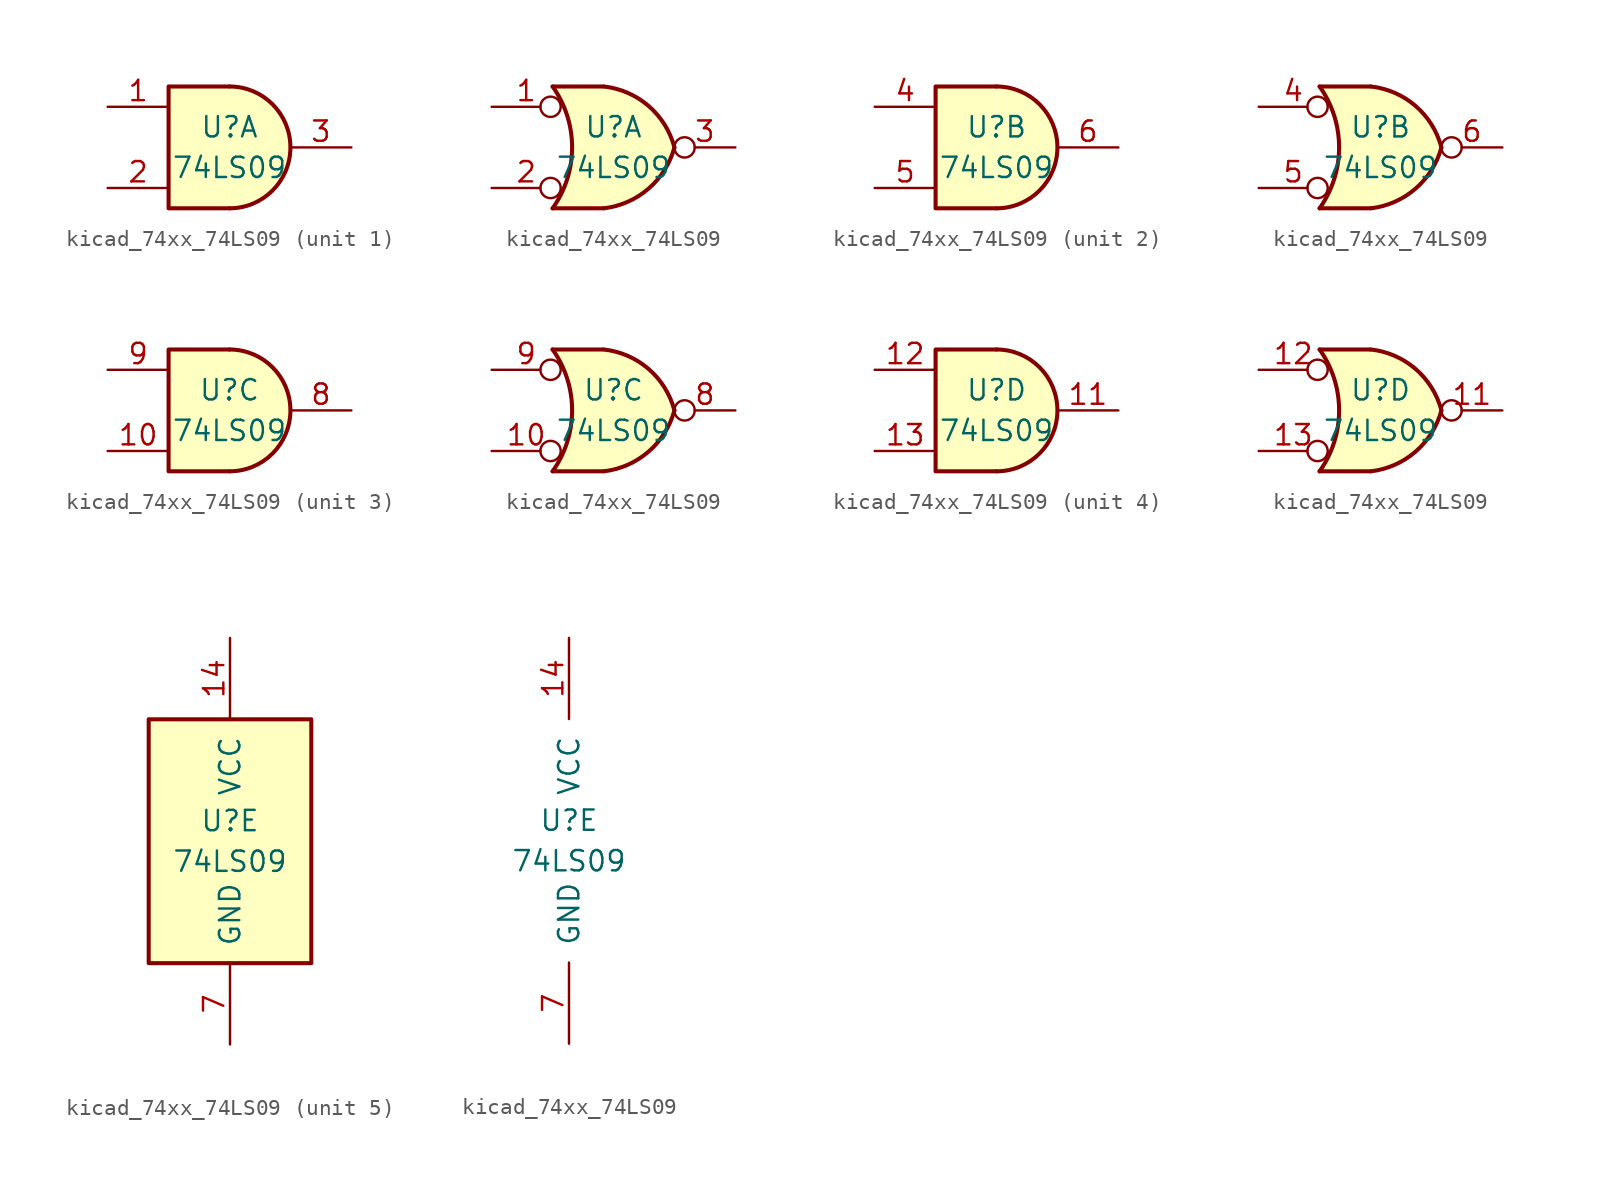
<source format=kicad_sym>
(kicad_symbol_lib
  (version 20220914)
  (generator kicad_symbol_editor)
  (symbol "kicad_74xx_74LS09"
    (pin_names
      (offset 1.016))
    (property "Reference" "U"
      (at 0 1.27 0)
      (effects (font (size 1.27 1.27))))
    (property "Value" "74LS09"
      (at 0 -1.27 0)
      (effects (font (size 1.27 1.27))))
    (property "ki_locked" ""
      (at 0 0 0)
      (effects (font (size 1.27 1.27))))
    (symbol "kicad_74xx_74LS09_1_1"
      (arc (start 0 -3.81) (mid 3.7934 0) (end 0 3.81) (stroke (width 0.254) (type default)) (fill (type background)))
      (polyline (pts (xy 0 3.81) (xy -3.81 3.81) (xy -3.81 -3.81) (xy 0 -3.81)) (stroke (width 0.254) (type default)) (fill (type background)))
      (pin input line (at -7.62 2.54 0) (length 3.81) (name "~" (effects (font (size 1.27 1.27)))) (number "1" (effects (font (size 1.27 1.27)))))
      (pin input line (at -7.62 -2.54 0) (length 3.81) (name "~" (effects (font (size 1.27 1.27)))) (number "2" (effects (font (size 1.27 1.27)))))
      (pin open_collector line (at 7.62 0 180) (length 3.81) (name "~" (effects (font (size 1.27 1.27)))) (number "3" (effects (font (size 1.27 1.27))))))
    (symbol "kicad_74xx_74LS09_1_2"
      (arc (start -3.81 -3.81) (mid -2.589 0) (end -3.81 3.81) (stroke (width 0.254) (type default)) (fill (type none)))
      (arc (start -0.6096 -3.81) (mid 2.1842 -2.5851) (end 3.81 0) (stroke (width 0.254) (type default)) (fill (type background)))
      (polyline (pts (xy -3.81 -3.81) (xy -0.635 -3.81)) (stroke (width 0.254) (type default)) (fill (type background)))
      (polyline (pts (xy -3.81 3.81) (xy -0.635 3.81)) (stroke (width 0.254) (type default)) (fill (type background)))
      (polyline (pts (xy -0.635 3.81) (xy -3.81 3.81) (xy -3.81 3.81) (xy -3.556 3.404) (xy -3.023 2.261) (xy -2.692 1.041) (xy -2.616 -0.254) (xy -2.769 -1.499) (xy -3.175 -2.718) (xy -3.81 -3.81) (xy -3.81 -3.81) (xy -0.635 -3.81)) (stroke (width -25.4) (type default)) (fill (type background)))
      (arc (start 3.81 0) (mid 2.1915 2.5936) (end -0.6096 3.81) (stroke (width 0.254) (type default)) (fill (type background)))
      (pin input inverted (at -7.62 2.54 0) (length 4.318) (name "~" (effects (font (size 1.27 1.27)))) (number "1" (effects (font (size 1.27 1.27)))))
      (pin input inverted (at -7.62 -2.54 0) (length 4.318) (name "~" (effects (font (size 1.27 1.27)))) (number "2" (effects (font (size 1.27 1.27)))))
      (pin output inverted (at 7.62 0 180) (length 3.81) (name "~" (effects (font (size 1.27 1.27)))) (number "3" (effects (font (size 1.27 1.27))))))
    (symbol "kicad_74xx_74LS09_2_1"
      (arc (start 0 -3.81) (mid 3.7934 0) (end 0 3.81) (stroke (width 0.254) (type default)) (fill (type background)))
      (polyline (pts (xy 0 3.81) (xy -3.81 3.81) (xy -3.81 -3.81) (xy 0 -3.81)) (stroke (width 0.254) (type default)) (fill (type background)))
      (pin input line (at -7.62 2.54 0) (length 3.81) (name "~" (effects (font (size 1.27 1.27)))) (number "4" (effects (font (size 1.27 1.27)))))
      (pin input line (at -7.62 -2.54 0) (length 3.81) (name "~" (effects (font (size 1.27 1.27)))) (number "5" (effects (font (size 1.27 1.27)))))
      (pin open_collector line (at 7.62 0 180) (length 3.81) (name "~" (effects (font (size 1.27 1.27)))) (number "6" (effects (font (size 1.27 1.27))))))
    (symbol "kicad_74xx_74LS09_2_2"
      (arc (start -3.81 -3.81) (mid -2.589 0) (end -3.81 3.81) (stroke (width 0.254) (type default)) (fill (type none)))
      (arc (start -0.6096 -3.81) (mid 2.1842 -2.5851) (end 3.81 0) (stroke (width 0.254) (type default)) (fill (type background)))
      (polyline (pts (xy -3.81 -3.81) (xy -0.635 -3.81)) (stroke (width 0.254) (type default)) (fill (type background)))
      (polyline (pts (xy -3.81 3.81) (xy -0.635 3.81)) (stroke (width 0.254) (type default)) (fill (type background)))
      (polyline (pts (xy -0.635 3.81) (xy -3.81 3.81) (xy -3.81 3.81) (xy -3.556 3.404) (xy -3.023 2.261) (xy -2.692 1.041) (xy -2.616 -0.254) (xy -2.769 -1.499) (xy -3.175 -2.718) (xy -3.81 -3.81) (xy -3.81 -3.81) (xy -0.635 -3.81)) (stroke (width -25.4) (type default)) (fill (type background)))
      (arc (start 3.81 0) (mid 2.1915 2.5936) (end -0.6096 3.81) (stroke (width 0.254) (type default)) (fill (type background)))
      (pin input inverted (at -7.62 2.54 0) (length 4.318) (name "~" (effects (font (size 1.27 1.27)))) (number "4" (effects (font (size 1.27 1.27)))))
      (pin input inverted (at -7.62 -2.54 0) (length 4.318) (name "~" (effects (font (size 1.27 1.27)))) (number "5" (effects (font (size 1.27 1.27)))))
      (pin output inverted (at 7.62 0 180) (length 3.81) (name "~" (effects (font (size 1.27 1.27)))) (number "6" (effects (font (size 1.27 1.27))))))
    (symbol "kicad_74xx_74LS09_3_1"
      (arc (start 0 -3.81) (mid 3.7934 0) (end 0 3.81) (stroke (width 0.254) (type default)) (fill (type background)))
      (polyline (pts (xy 0 3.81) (xy -3.81 3.81) (xy -3.81 -3.81) (xy 0 -3.81)) (stroke (width 0.254) (type default)) (fill (type background)))
      (pin input line (at -7.62 -2.54 0) (length 3.81) (name "~" (effects (font (size 1.27 1.27)))) (number "10" (effects (font (size 1.27 1.27)))))
      (pin open_collector line (at 7.62 0 180) (length 3.81) (name "~" (effects (font (size 1.27 1.27)))) (number "8" (effects (font (size 1.27 1.27)))))
      (pin input line (at -7.62 2.54 0) (length 3.81) (name "~" (effects (font (size 1.27 1.27)))) (number "9" (effects (font (size 1.27 1.27))))))
    (symbol "kicad_74xx_74LS09_3_2"
      (arc (start -3.81 -3.81) (mid -2.589 0) (end -3.81 3.81) (stroke (width 0.254) (type default)) (fill (type none)))
      (arc (start -0.6096 -3.81) (mid 2.1842 -2.5851) (end 3.81 0) (stroke (width 0.254) (type default)) (fill (type background)))
      (polyline (pts (xy -3.81 -3.81) (xy -0.635 -3.81)) (stroke (width 0.254) (type default)) (fill (type background)))
      (polyline (pts (xy -3.81 3.81) (xy -0.635 3.81)) (stroke (width 0.254) (type default)) (fill (type background)))
      (polyline (pts (xy -0.635 3.81) (xy -3.81 3.81) (xy -3.81 3.81) (xy -3.556 3.404) (xy -3.023 2.261) (xy -2.692 1.041) (xy -2.616 -0.254) (xy -2.769 -1.499) (xy -3.175 -2.718) (xy -3.81 -3.81) (xy -3.81 -3.81) (xy -0.635 -3.81)) (stroke (width -25.4) (type default)) (fill (type background)))
      (arc (start 3.81 0) (mid 2.1915 2.5936) (end -0.6096 3.81) (stroke (width 0.254) (type default)) (fill (type background)))
      (pin input inverted (at -7.62 -2.54 0) (length 4.318) (name "~" (effects (font (size 1.27 1.27)))) (number "10" (effects (font (size 1.27 1.27)))))
      (pin output inverted (at 7.62 0 180) (length 3.81) (name "~" (effects (font (size 1.27 1.27)))) (number "8" (effects (font (size 1.27 1.27)))))
      (pin input inverted (at -7.62 2.54 0) (length 4.318) (name "~" (effects (font (size 1.27 1.27)))) (number "9" (effects (font (size 1.27 1.27))))))
    (symbol "kicad_74xx_74LS09_4_1"
      (arc (start 0 -3.81) (mid 3.7934 0) (end 0 3.81) (stroke (width 0.254) (type default)) (fill (type background)))
      (polyline (pts (xy 0 3.81) (xy -3.81 3.81) (xy -3.81 -3.81) (xy 0 -3.81)) (stroke (width 0.254) (type default)) (fill (type background)))
      (pin open_collector line (at 7.62 0 180) (length 3.81) (name "~" (effects (font (size 1.27 1.27)))) (number "11" (effects (font (size 1.27 1.27)))))
      (pin input line (at -7.62 2.54 0) (length 3.81) (name "~" (effects (font (size 1.27 1.27)))) (number "12" (effects (font (size 1.27 1.27)))))
      (pin input line (at -7.62 -2.54 0) (length 3.81) (name "~" (effects (font (size 1.27 1.27)))) (number "13" (effects (font (size 1.27 1.27))))))
    (symbol "kicad_74xx_74LS09_4_2"
      (arc (start -3.81 -3.81) (mid -2.589 0) (end -3.81 3.81) (stroke (width 0.254) (type default)) (fill (type none)))
      (arc (start -0.6096 -3.81) (mid 2.1842 -2.5851) (end 3.81 0) (stroke (width 0.254) (type default)) (fill (type background)))
      (polyline (pts (xy -3.81 -3.81) (xy -0.635 -3.81)) (stroke (width 0.254) (type default)) (fill (type background)))
      (polyline (pts (xy -3.81 3.81) (xy -0.635 3.81)) (stroke (width 0.254) (type default)) (fill (type background)))
      (polyline (pts (xy -0.635 3.81) (xy -3.81 3.81) (xy -3.81 3.81) (xy -3.556 3.404) (xy -3.023 2.261) (xy -2.692 1.041) (xy -2.616 -0.254) (xy -2.769 -1.499) (xy -3.175 -2.718) (xy -3.81 -3.81) (xy -3.81 -3.81) (xy -0.635 -3.81)) (stroke (width -25.4) (type default)) (fill (type background)))
      (arc (start 3.81 0) (mid 2.1915 2.5936) (end -0.6096 3.81) (stroke (width 0.254) (type default)) (fill (type background)))
      (pin output inverted (at 7.62 0 180) (length 3.81) (name "~" (effects (font (size 1.27 1.27)))) (number "11" (effects (font (size 1.27 1.27)))))
      (pin input inverted (at -7.62 2.54 0) (length 4.318) (name "~" (effects (font (size 1.27 1.27)))) (number "12" (effects (font (size 1.27 1.27)))))
      (pin input inverted (at -7.62 -2.54 0) (length 4.318) (name "~" (effects (font (size 1.27 1.27)))) (number "13" (effects (font (size 1.27 1.27))))))
    (symbol "kicad_74xx_74LS09_5_0"
      (pin power_in line (at 0 12.7 270) (length 5.08) (name "VCC" (effects (font (size 1.27 1.27)))) (number "14" (effects (font (size 1.27 1.27)))))
      (pin power_in line (at 0 -12.7 90) (length 5.08) (name "GND" (effects (font (size 1.27 1.27)))) (number "7" (effects (font (size 1.27 1.27))))))
    (symbol "kicad_74xx_74LS09_5_1"
      (rectangle (start -5.08 7.62) (end 5.08 -7.62) (stroke (width 0.254) (type default)) (fill (type background))))))
</source>
